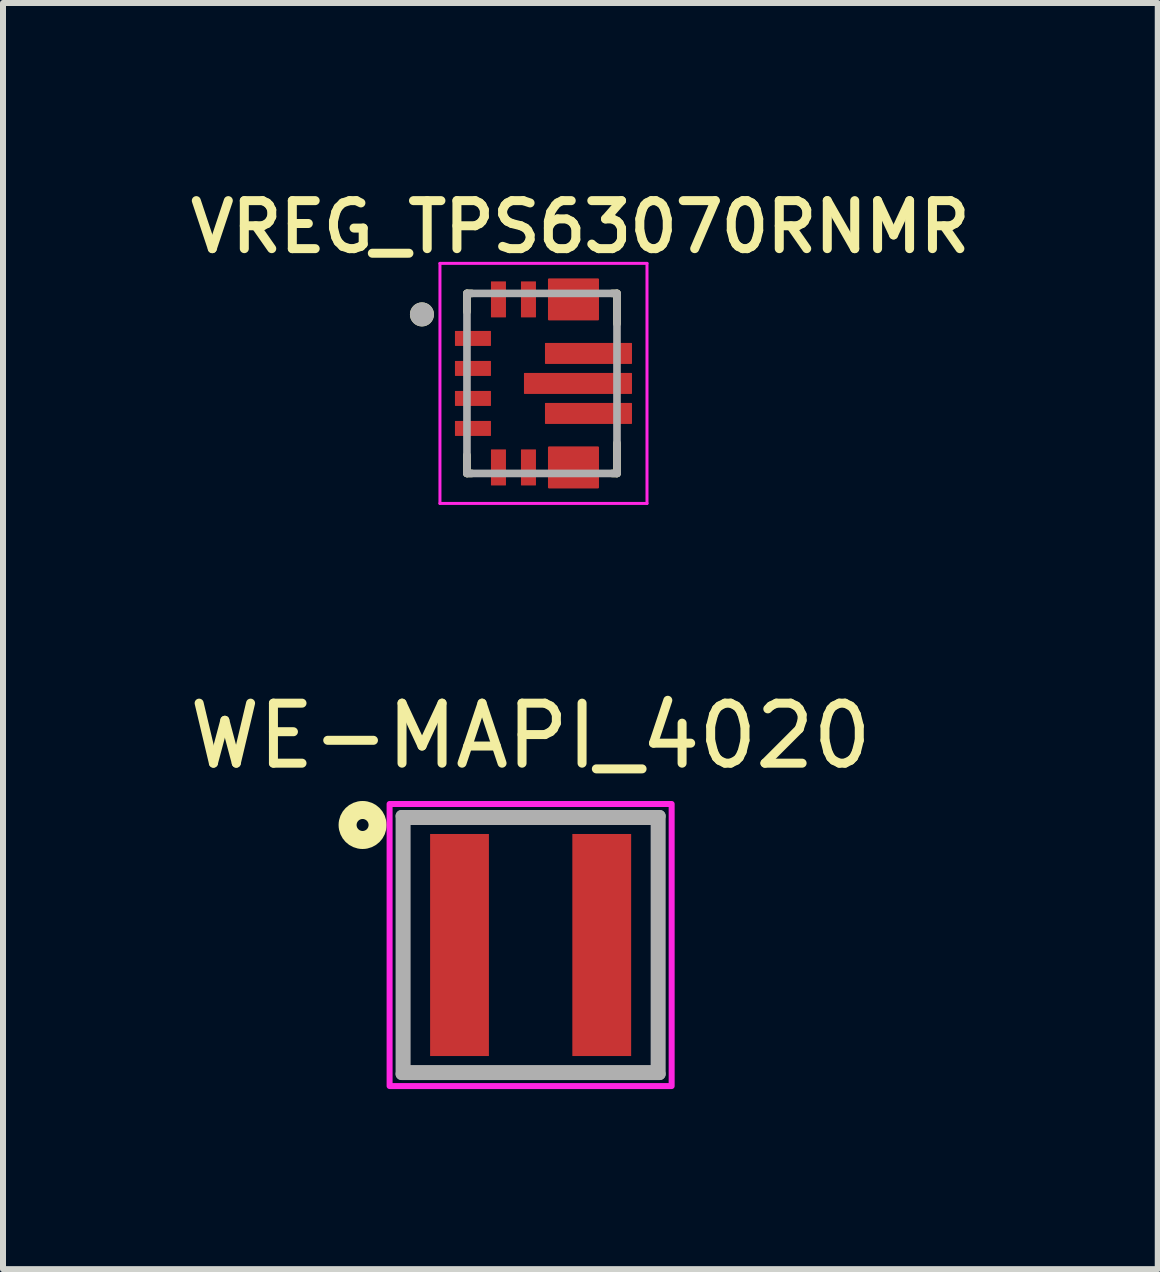
<source format=kicad_pcb>
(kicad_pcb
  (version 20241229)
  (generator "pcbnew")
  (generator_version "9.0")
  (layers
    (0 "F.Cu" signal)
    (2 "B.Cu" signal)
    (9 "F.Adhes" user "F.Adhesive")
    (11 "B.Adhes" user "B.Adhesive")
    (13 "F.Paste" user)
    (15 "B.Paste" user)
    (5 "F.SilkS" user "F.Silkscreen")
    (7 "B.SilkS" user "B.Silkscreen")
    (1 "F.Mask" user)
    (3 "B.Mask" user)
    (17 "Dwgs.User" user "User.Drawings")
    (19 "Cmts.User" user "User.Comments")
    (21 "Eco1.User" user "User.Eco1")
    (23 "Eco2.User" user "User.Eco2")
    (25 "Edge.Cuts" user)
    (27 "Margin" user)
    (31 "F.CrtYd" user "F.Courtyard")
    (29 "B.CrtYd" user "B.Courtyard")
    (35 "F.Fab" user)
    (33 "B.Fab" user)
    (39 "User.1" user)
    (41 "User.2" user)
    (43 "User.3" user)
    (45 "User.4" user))
  (footprint "VREG_TPS63070RNMR"
    (layer "F.Cu")
    (at 5.981 3.339)
    (property "Reference" "VREG_TPS63070RNMR" (at 0.64 -2.608 0) (layer "F.SilkS") (effects (font (size 0.8 0.8) (thickness 0.15))))
    (attr smd)
    (fp_poly (pts (xy -1.5 -0.925) (xy -0.8 -0.925) (xy -0.8 -0.575) (xy -1.5 -0.575)) (stroke (width 0.01) (type solid)) (fill yes) (layer "F.Mask"))
    (fp_poly (pts (xy -1.5 -0.425) (xy -0.8 -0.425) (xy -0.8 -0.075) (xy -1.5 -0.075)) (stroke (width 0.01) (type solid)) (fill yes) (layer "F.Mask"))
    (fp_poly (pts (xy -1.5 0.075) (xy -0.8 0.075) (xy -0.8 0.425) (xy -1.5 0.425)) (stroke (width 0.01) (type solid)) (fill yes) (layer "F.Mask"))
    (fp_poly (pts (xy -1.5 0.575) (xy -0.8 0.575) (xy -0.8 0.925) (xy -1.5 0.925)) (stroke (width 0.01) (type solid)) (fill yes) (layer "F.Mask"))
    (fp_poly (pts (xy -0.9 -1.75) (xy -0.55 -1.75) (xy -0.55 -1.05) (xy -0.9 -1.05)) (stroke (width 0.01) (type solid)) (fill yes) (layer "F.Mask"))
    (fp_poly (pts (xy -0.9 1.05) (xy -0.55 1.05) (xy -0.55 1.75) (xy -0.9 1.75)) (stroke (width 0.01) (type solid)) (fill yes) (layer "F.Mask"))
    (fp_poly (pts (xy -0.4 -1.75) (xy -0.05 -1.75) (xy -0.05 -1.05) (xy -0.4 -1.05)) (stroke (width 0.01) (type solid)) (fill yes) (layer "F.Mask"))
    (fp_poly (pts (xy -0.4 1.05) (xy -0.05 1.05) (xy -0.05 1.75) (xy -0.4 1.75)) (stroke (width 0.01) (type solid)) (fill yes) (layer "F.Mask"))
    (fp_poly (pts (xy -0.25 -0.125) (xy 1.45 -0.125) (xy 1.45 0.125) (xy -0.25 0.125)) (stroke (width 0.01) (type solid)) (fill yes) (layer "F.Mask"))
    (fp_poly (pts (xy 0.1 -0.625) (xy 1.45 -0.625) (xy 1.45 -0.375) (xy 0.1 -0.375)) (stroke (width 0.01) (type solid)) (fill yes) (layer "F.Mask"))
    (fp_poly (pts (xy 0.1 0.375) (xy 1.45 0.375) (xy 1.45 0.625) (xy 0.1 0.625)) (stroke (width 0.01) (type solid)) (fill yes) (layer "F.Mask"))
    (fp_poly (pts (xy 0.15 1.1) (xy 0.9 1.1) (xy 0.9 1.7) (xy 0.65 1.7) (xy 0.65 1.35) (xy 0.4 1.35) (xy 0.4 1.7) (xy 0.15 1.7)) (stroke (width 0.01) (type solid)) (fill yes) (layer "F.Mask"))
    (fp_poly (pts (xy 0.9 -1.1) (xy 0.15 -1.1) (xy 0.15 -1.7) (xy 0.4 -1.7) (xy 0.4 -1.35) (xy 0.65 -1.35) (xy 0.65 -1.7) (xy 0.9 -1.7)) (stroke (width 0.01) (type solid)) (fill yes) (layer "F.Mask"))
    (fp_line (start -1.25 -1.5) (end -1.25 -1.195) (stroke (width 0.127) (type solid)) (layer "F.SilkS"))
    (fp_line (start -1.25 1.5) (end -1.25 1.195) (stroke (width 0.127) (type solid)) (layer "F.SilkS"))
    (fp_line (start -1.17 -1.5) (end -1.25 -1.5) (stroke (width 0.127) (type solid)) (layer "F.SilkS"))
    (fp_line (start -1.17 1.5) (end -1.25 1.5) (stroke (width 0.127) (type solid)) (layer "F.SilkS"))
    (fp_line (start 1.17 -1.5) (end 1.25 -1.5) (stroke (width 0.127) (type solid)) (layer "F.SilkS"))
    (fp_line (start 1.25 -1.5) (end 1.25 -0.995) (stroke (width 0.127) (type solid)) (layer "F.SilkS"))
    (fp_line (start 1.25 0.995) (end 1.25 1.5) (stroke (width 0.127) (type solid)) (layer "F.SilkS"))
    (fp_line (start 1.25 1.5) (end 1.17 1.5) (stroke (width 0.127) (type solid)) (layer "F.SilkS"))
    (fp_circle (center -2 -1.15) (end -1.9 -1.15) (stroke (width 0.2) (type solid)) (fill no) (layer "F.SilkS"))
    (fp_poly (pts (xy -0.22 -0.125) (xy 0.5 -0.125) (xy 0.5 0.125) (xy -0.22 0.125)) (stroke (width 0.01) (type solid)) (fill yes) (layer "F.Paste"))
    (fp_poly (pts (xy 0.101 -0.625) (xy 0.675 -0.625) (xy 0.675 -0.375) (xy 0.101 -0.375)) (stroke (width 0.01) (type solid)) (fill yes) (layer "F.Paste"))
    (fp_poly (pts (xy 0.101 0.375) (xy 0.675 0.375) (xy 0.675 0.625) (xy 0.101 0.625)) (stroke (width 0.01) (type solid)) (fill yes) (layer "F.Paste"))
    (fp_poly (pts (xy 0.7 -0.125) (xy 1.42 -0.125) (xy 1.42 0.125) (xy 0.7 0.125)) (stroke (width 0.01) (type solid)) (fill yes) (layer "F.Paste"))
    (fp_poly (pts (xy 0.875 -0.625) (xy 1.45 -0.625) (xy 1.45 -0.375) (xy 0.875 -0.375)) (stroke (width 0.01) (type solid)) (fill yes) (layer "F.Paste"))
    (fp_poly (pts (xy 0.875 0.375) (xy 1.45 0.375) (xy 1.45 0.625) (xy 0.875 0.625)) (stroke (width 0.01) (type solid)) (fill yes) (layer "F.Paste"))
    (fp_poly (pts (xy 0.15 1.1) (xy 0.9 1.1) (xy 0.9 1.7) (xy 0.65 1.7) (xy 0.65 1.35) (xy 0.4 1.35) (xy 0.4 1.7) (xy 0.15 1.7)) (stroke (width 0.01) (type solid)) (fill yes) (layer "F.Paste"))
    (fp_poly (pts (xy 0.9 -1.1) (xy 0.15 -1.1) (xy 0.15 -1.7) (xy 0.4 -1.7) (xy 0.4 -1.35) (xy 0.65 -1.35) (xy 0.65 -1.7) (xy 0.9 -1.7)) (stroke (width 0.01) (type solid)) (fill yes) (layer "F.Paste"))
    (fp_line (start -1.7 -2) (end 1.75 -2) (stroke (width 0.05) (type solid)) (layer "F.CrtYd"))
    (fp_line (start -1.7 2) (end -1.7 -2) (stroke (width 0.05) (type solid)) (layer "F.CrtYd"))
    (fp_line (start 1.75 -2) (end 1.75 2) (stroke (width 0.05) (type solid)) (layer "F.CrtYd"))
    (fp_line (start 1.75 2) (end -1.7 2) (stroke (width 0.05) (type solid)) (layer "F.CrtYd"))
    (fp_line (start -1.25 -1.5) (end 1.25 -1.5) (stroke (width 0.127) (type solid)) (layer "F.Fab"))
    (fp_line (start -1.25 1.5) (end -1.25 -1.5) (stroke (width 0.127) (type solid)) (layer "F.Fab"))
    (fp_line (start 1.25 -1.5) (end 1.25 1.5) (stroke (width 0.127) (type solid)) (layer "F.Fab"))
    (fp_line (start 1.25 1.5) (end -1.25 1.5) (stroke (width 0.127) (type solid)) (layer "F.Fab"))
    (fp_circle (center -2 -1.15) (end -1.9 -1.15) (stroke (width 0.2) (type solid)) (fill no) (layer "F.Fab"))
    (pad "1" smd roundrect (at -1.15 -0.75) (size 0.6 0.25) (layers "F.Cu" "F.Paste") (roundrect_rratio 0.025))
    (pad "2" smd roundrect (at -1.15 -0.25) (size 0.6 0.25) (layers "F.Cu" "F.Paste") (roundrect_rratio 0.025))
    (pad "3" smd roundrect (at -1.15 0.25) (size 0.6 0.25) (layers "F.Cu" "F.Paste") (roundrect_rratio 0.025))
    (pad "4" smd roundrect (at -1.15 0.75) (size 0.6 0.25) (layers "F.Cu" "F.Paste") (roundrect_rratio 0.025))
    (pad "5" smd roundrect (at -0.725 1.4) (size 0.25 0.6) (layers "F.Cu" "F.Paste") (roundrect_rratio 0.025))
    (pad "6" smd roundrect (at -0.225 1.4) (size 0.25 0.6) (layers "F.Cu" "F.Paste") (roundrect_rratio 0.025))
    (pad "7_8" smd roundrect (at 0.525 1.4) (size 0.85 0.7) (layers "F.Cu") (roundrect_rratio 0.025))
    (pad "9" smd roundrect (at 0.775 0.5) (size 1.45 0.35) (layers "F.Cu") (roundrect_rratio 0.025))
    (pad "10" smd roundrect (at 0.6 0) (size 1.8 0.35) (layers "F.Cu") (roundrect_rratio 0.025))
    (pad "11" smd roundrect (at 0.775 -0.5) (size 1.45 0.35) (layers "F.Cu") (roundrect_rratio 0.025))
    (pad "12_13" smd roundrect (at 0.525 -1.4) (size 0.85 0.7) (layers "F.Cu") (roundrect_rratio 0.025))
    (pad "14" smd roundrect (at -0.225 -1.4) (size 0.25 0.6) (layers "F.Cu" "F.Paste") (roundrect_rratio 0.025))
    (pad "15" smd roundrect (at -0.725 -1.4) (size 0.25 0.6) (layers "F.Cu" "F.Paste") (roundrect_rratio 0.025)))
  (footprint "WE-MAPI_4020"
    (layer "F.Cu")
    (at 5.792 12.697)
    (property "Reference" "WE-MAPI_4020" (at 0 -3.485 0) (layer "F.SilkS") (effects (font (size 1 1) (thickness 0.15))))
    (attr smd)
    (fp_circle (center -2.8 -2) (end -2.7 -2) (stroke (width 0.3) (type solid)) (fill no) (layer "F.SilkS"))
    (fp_poly (pts (xy -2.35 -2.35) (xy 2.35 -2.35) (xy 2.35 2.35) (xy -2.35 2.35)) (stroke (width 0.1) (type solid)) (fill no) (layer "F.CrtYd"))
    (fp_line (start -2.15 -2.15) (end 2.15 -2.15) (stroke (width 0.2) (type solid)) (layer "F.Fab"))
    (fp_line (start -2.15 2.15) (end -2.15 -2.15) (stroke (width 0.2) (type solid)) (layer "F.Fab"))
    (fp_line (start -2.05 -2.05) (end 2.05 -2.05) (stroke (width 0.1) (type solid)) (layer "F.Fab"))
    (fp_line (start -2.05 2.05) (end -2.05 -2.05) (stroke (width 0.1) (type solid)) (layer "F.Fab"))
    (fp_line (start 2.05 -2.05) (end 2.05 2.05) (stroke (width 0.1) (type solid)) (layer "F.Fab"))
    (fp_line (start 2.05 2.05) (end -2.05 2.05) (stroke (width 0.1) (type solid)) (layer "F.Fab"))
    (fp_line (start 2.15 -2.15) (end 2.15 2.15) (stroke (width 0.2) (type solid)) (layer "F.Fab"))
    (fp_line (start 2.15 2.15) (end -2.15 2.15) (stroke (width 0.2) (type solid)) (layer "F.Fab"))
    (pad "1" smd rect (at -1.185 0) (size 0.98 3.7) (layers "F.Cu" "F.Mask" "F.Paste"))
    (pad "2" smd rect (at 1.185 0) (size 0.98 3.7) (layers "F.Cu" "F.Mask" "F.Paste"))
    (zone (net_name "") (layer "F.Cu") (hatch full 0.508) (connect_pads) (min_thickness 0.01) (filled_areas_thickness no) (keepout (tracks not_allowed) (vias not_allowed) (pads not_allowed) (copperpour not_allowed) (footprints allowed)) (placement (enabled no)) (fill) (polygon (pts (xy 5.097 10.848) (xy 6.487 10.848) (xy 6.487 14.547) (xy 5.097 14.547))))
    (zone (net_name "") (layers "F.Cu" "B.Cu") (hatch full 0.508) (connect_pads) (min_thickness 0.01) (filled_areas_thickness no) (keepout (tracks allowed) (vias not_allowed) (pads allowed) (copperpour allowed) (footprints allowed)) (placement (enabled no)) (fill) (polygon (pts (xy 5.097 10.848) (xy 6.487 10.848) (xy 6.487 14.547) (xy 5.097 14.547)))))
  (gr_rect
    (start -3 -3)
    (end 16.242 18.098)
    (stroke (width 0.1) (type default))
    (fill no)
    (layer "Edge.Cuts")))
</source>
